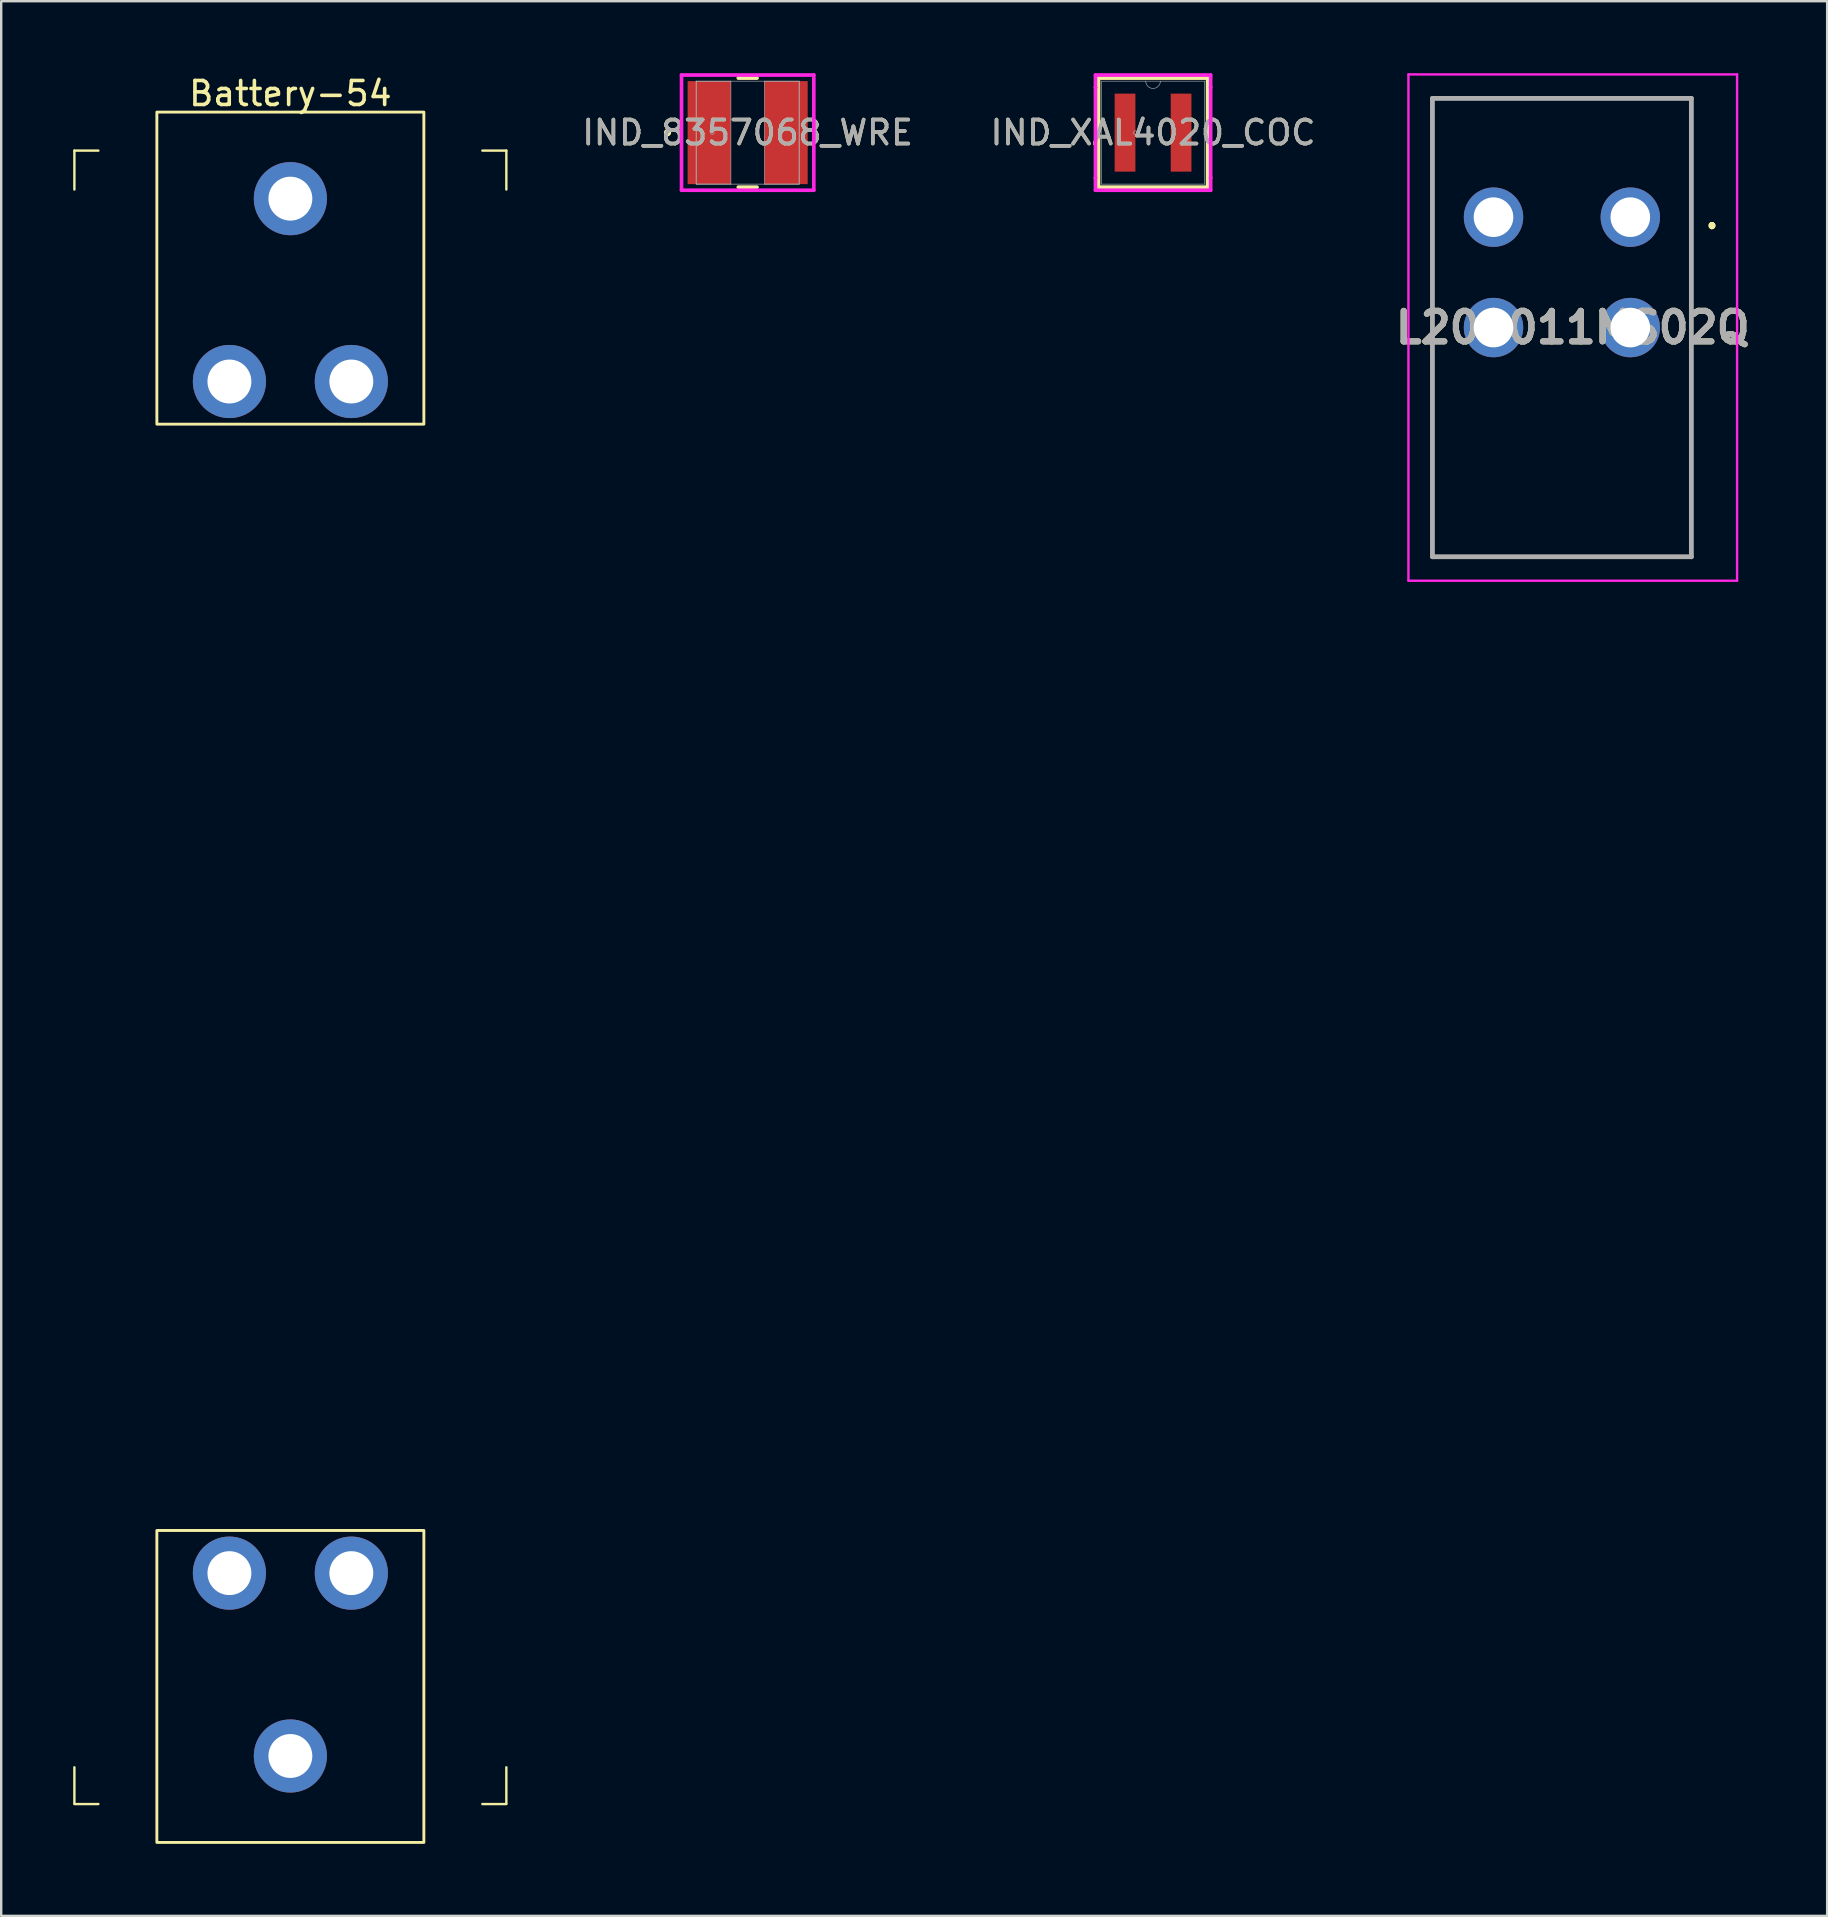
<source format=kicad_pcb>
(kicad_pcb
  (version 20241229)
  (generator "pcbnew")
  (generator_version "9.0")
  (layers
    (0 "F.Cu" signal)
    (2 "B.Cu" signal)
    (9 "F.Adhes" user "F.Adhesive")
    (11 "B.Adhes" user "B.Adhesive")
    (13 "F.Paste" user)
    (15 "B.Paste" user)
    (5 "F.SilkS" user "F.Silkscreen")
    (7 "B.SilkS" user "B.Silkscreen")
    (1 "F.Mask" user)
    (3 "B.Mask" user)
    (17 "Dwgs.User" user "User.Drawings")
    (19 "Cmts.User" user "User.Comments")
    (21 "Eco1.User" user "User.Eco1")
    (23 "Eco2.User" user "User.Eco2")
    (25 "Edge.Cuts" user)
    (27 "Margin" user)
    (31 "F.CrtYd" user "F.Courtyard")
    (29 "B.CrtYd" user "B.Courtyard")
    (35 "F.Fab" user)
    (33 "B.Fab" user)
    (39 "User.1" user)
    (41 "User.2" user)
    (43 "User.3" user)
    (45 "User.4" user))
  (footprint "IND_XAL4020_COC"
    (layer "F.Cu")
    (at 44.999 2.477)
    (property "Reference" "IND_XAL4020_COC" (at 0 0 0) (unlocked yes) (layer "F.SilkS") (effects (font (size 1 1) (thickness 0.15))))
    (attr smd)
    (fp_line (start -2.273 -2.273) (end -2.273 2.273) (stroke (width 0.152) (type solid)) (layer "F.SilkS"))
    (fp_line (start -2.273 2.273) (end 2.273 2.273) (stroke (width 0.152) (type solid)) (layer "F.SilkS"))
    (fp_line (start 2.273 -2.273) (end -2.273 -2.273) (stroke (width 0.152) (type solid)) (layer "F.SilkS"))
    (fp_line (start 2.273 2.273) (end 2.273 -2.273) (stroke (width 0.152) (type solid)) (layer "F.SilkS"))
    (fp_line (start -2.4 -2.4) (end 2.4 -2.4) (stroke (width 0.152) (type solid)) (layer "F.CrtYd"))
    (fp_line (start -2.4 -1.88) (end -2.4 -2.4) (stroke (width 0.152) (type solid)) (layer "F.CrtYd"))
    (fp_line (start -2.4 -1.88) (end -2.4 -1.88) (stroke (width 0.152) (type solid)) (layer "F.CrtYd"))
    (fp_line (start -2.4 1.88) (end -2.4 -1.88) (stroke (width 0.152) (type solid)) (layer "F.CrtYd"))
    (fp_line (start -2.4 1.88) (end -2.4 1.88) (stroke (width 0.152) (type solid)) (layer "F.CrtYd"))
    (fp_line (start -2.4 2.4) (end -2.4 1.88) (stroke (width 0.152) (type solid)) (layer "F.CrtYd"))
    (fp_line (start 2.4 -2.4) (end 2.4 -1.88) (stroke (width 0.152) (type solid)) (layer "F.CrtYd"))
    (fp_line (start 2.4 -1.88) (end 2.4 -1.88) (stroke (width 0.152) (type solid)) (layer "F.CrtYd"))
    (fp_line (start 2.4 -1.88) (end 2.4 1.88) (stroke (width 0.152) (type solid)) (layer "F.CrtYd"))
    (fp_line (start 2.4 1.88) (end 2.4 1.88) (stroke (width 0.152) (type solid)) (layer "F.CrtYd"))
    (fp_line (start 2.4 1.88) (end 2.4 2.4) (stroke (width 0.152) (type solid)) (layer "F.CrtYd"))
    (fp_line (start 2.4 2.4) (end -2.4 2.4) (stroke (width 0.152) (type solid)) (layer "F.CrtYd"))
    (fp_line (start -2.146 -2.146) (end -2.146 2.146) (stroke (width 0.025) (type solid)) (layer "F.Fab"))
    (fp_line (start -2.146 2.146) (end 2.146 2.146) (stroke (width 0.025) (type solid)) (layer "F.Fab"))
    (fp_line (start 2.146 -2.146) (end -2.146 -2.146) (stroke (width 0.025) (type solid)) (layer "F.Fab"))
    (fp_line (start 2.146 2.146) (end 2.146 -2.146) (stroke (width 0.025) (type solid)) (layer "F.Fab"))
    (fp_arc (start 0.3048 -2.1463) (mid 0 -1.8415) (end -0.3048 -2.1463) (stroke (width 0.0254) (type solid)) (layer "F.Fab"))
    (fp_circle (center -0.737 0) (end -0.66 0) (stroke (width 0.025) (type solid)) (fill no) (layer "F.Fab"))
    (fp_text user "${REFERENCE}" (at 0 0 0) (unlocked yes) (layer "F.Fab") (effects (font (size 1 1) (thickness 0.15))))
    (pad "1" smd rect (at -1.168 0) (size 0.864 3.251) (layers "F.Cu" "F.Mask" "F.Paste"))
    (pad "2" smd rect (at 1.168 0) (size 0.864 3.251) (layers "F.Cu" "F.Mask" "F.Paste")))
  (footprint "Battery-54"
    (layer "F.Cu")
    (at 9.05 12.848)
    (property "Reference" "Battery-54" (at 0 -12 0) (unlocked yes) (layer "F.SilkS") (effects (font (size 1 1) (thickness 0.15))))
    (attr through_hole)
    (fp_line (start -9 -9.622) (end -8 -9.622) (stroke (width 0.1) (type solid)) (layer "F.SilkS"))
    (fp_line (start -9 -8) (end -9 -9.622) (stroke (width 0.1) (type solid)) (layer "F.SilkS"))
    (fp_line (start -9 59.253) (end -9 57.747) (stroke (width 0.1) (type solid)) (layer "F.SilkS"))
    (fp_line (start -8 59.278) (end -9 59.278) (stroke (width 0.1) (type solid)) (layer "F.SilkS"))
    (fp_line (start 8 -9.622) (end 9 -9.622) (stroke (width 0.1) (type solid)) (layer "F.SilkS"))
    (fp_line (start 9 -9.622) (end 9 -8) (stroke (width 0.1) (type solid)) (layer "F.SilkS"))
    (fp_line (start 9 57.747) (end 9 59.253) (stroke (width 0.1) (type solid)) (layer "F.SilkS"))
    (fp_line (start 9 59.278) (end 8 59.278) (stroke (width 0.1) (type solid)) (layer "F.SilkS"))
    (fp_rect (start 5.563 -11.227) (end -5.563 1.778) (stroke (width 0.12) (type solid)) (fill no) (layer "F.SilkS"))
    (fp_rect (start 5.563 47.878) (end -5.563 60.878) (stroke (width 0.12) (type solid)) (fill no) (layer "F.SilkS"))
    (pad "1" thru_hole circle (at -2.54 0) (size 3.048 3.048) (drill 1.829) (layers "*.Cu" "*.Mask"))
    (pad "1" thru_hole circle (at 0 -7.62) (size 3.048 3.048) (drill 1.829) (layers "*.Cu" "*.Mask"))
    (pad "1" thru_hole circle (at 2.54 0) (size 3.048 3.048) (drill 1.829) (layers "*.Cu" "*.Mask"))
    (pad "2" thru_hole circle (at -2.54 49.656) (size 3.048 3.048) (drill 1.829) (layers "*.Cu" "*.Mask"))
    (pad "2" thru_hole circle (at 0 57.276) (size 3.048 3.048) (drill 1.829) (layers "*.Cu" "*.Mask"))
    (pad "2" thru_hole circle (at 2.54 49.656) (size 3.048 3.048) (drill 1.829) (layers "*.Cu" "*.Mask")))
  (footprint "IND_8357068_WRE"
    (layer "F.Cu")
    (at 28.106 2.477)
    (property "Reference" "IND_8357068_WRE" (at 0 0 0) (unlocked yes) (layer "F.SilkS") (effects (font (size 1 1) (thickness 0.15))))
    (attr smd)
    (fp_line (start -0.391 2.273) (end 0.391 2.273) (stroke (width 0.152) (type solid)) (layer "F.SilkS"))
    (fp_line (start 0.391 -2.273) (end -0.391 -2.273) (stroke (width 0.152) (type solid)) (layer "F.SilkS"))
    (fp_circle (center -3.34 0) (end -3.264 0) (stroke (width 0.152) (type solid)) (fill no) (layer "F.SilkS"))
    (fp_line (start -2.756 -2.4) (end 2.756 -2.4) (stroke (width 0.152) (type solid)) (layer "F.CrtYd"))
    (fp_line (start -2.756 2.4) (end -2.756 -2.4) (stroke (width 0.152) (type solid)) (layer "F.CrtYd"))
    (fp_line (start 2.756 -2.4) (end 2.756 2.4) (stroke (width 0.152) (type solid)) (layer "F.CrtYd"))
    (fp_line (start 2.756 2.4) (end -2.756 2.4) (stroke (width 0.152) (type solid)) (layer "F.CrtYd"))
    (fp_line (start -2.146 -2.146) (end -2.146 2.146) (stroke (width 0.025) (type solid)) (layer "F.Fab"))
    (fp_line (start -2.146 -2.146) (end -2.146 2.146) (stroke (width 0.025) (type solid)) (layer "F.Fab"))
    (fp_line (start -2.146 2.146) (end -0.699 2.146) (stroke (width 0.025) (type solid)) (layer "F.Fab"))
    (fp_line (start -2.146 2.146) (end 2.146 2.146) (stroke (width 0.025) (type solid)) (layer "F.Fab"))
    (fp_line (start -0.699 -2.146) (end -2.146 -2.146) (stroke (width 0.025) (type solid)) (layer "F.Fab"))
    (fp_line (start -0.699 2.146) (end -0.699 -2.146) (stroke (width 0.025) (type solid)) (layer "F.Fab"))
    (fp_line (start 0.699 -2.146) (end 0.699 2.146) (stroke (width 0.025) (type solid)) (layer "F.Fab"))
    (fp_line (start 0.699 2.146) (end 2.146 2.146) (stroke (width 0.025) (type solid)) (layer "F.Fab"))
    (fp_line (start 2.146 -2.146) (end -2.146 -2.146) (stroke (width 0.025) (type solid)) (layer "F.Fab"))
    (fp_line (start 2.146 -2.146) (end 0.699 -2.146) (stroke (width 0.025) (type solid)) (layer "F.Fab"))
    (fp_line (start 2.146 2.146) (end 2.146 -2.146) (stroke (width 0.025) (type solid)) (layer "F.Fab"))
    (fp_line (start 2.146 2.146) (end 2.146 -2.146) (stroke (width 0.025) (type solid)) (layer "F.Fab"))
    (fp_circle (center -1.473 0) (end -1.397 0) (stroke (width 0.025) (type solid)) (fill no) (layer "F.Fab"))
    (fp_text user "${REFERENCE}" (at 0 0 0) (unlocked yes) (layer "F.Fab") (effects (font (size 1 1) (thickness 0.15))))
    (pad "1" smd rect (at -1.6 0) (size 1.803 4.293) (layers "F.Cu" "F.Mask" "F.Paste"))
    (pad "2" smd rect (at 1.6 0) (size 1.803 4.293) (layers "F.Cu" "F.Mask" "F.Paste"))
    (zone (net_name "") (layer "F.Cu") (hatch full 0.508) (connect_pads) (min_thickness 0.254) (filled_areas_thickness no) (keepout (tracks not_allowed) (vias not_allowed) (pads allowed) (copperpour not_allowed) (footprints allowed)) (placement (enabled no)) (fill) (polygon (pts (xy 27.458 0.381) (xy 28.754 0.381) (xy 28.754 4.572) (xy 27.458 4.572)))))
  (footprint "L201011MS02Q"
    (layer "F.Cu")
    (at 64.886 6)
    (property "Reference" "L201011MS02Q" (at -2.398 4.6 0) (layer "F.SilkS") (effects (font (size 1.27 1.27) (thickness 0.254))))
    (attr through_hole)
    (fp_line (start -8.245 -4.95) (end 2.545 -4.95) (stroke (width 0.1) (type solid)) (layer "F.SilkS"))
    (fp_line (start -8.245 14.15) (end -8.245 -4.95) (stroke (width 0.1) (type solid)) (layer "F.SilkS"))
    (fp_line (start 2.545 -4.95) (end 2.545 14.15) (stroke (width 0.1) (type solid)) (layer "F.SilkS"))
    (fp_line (start 2.545 14.15) (end -8.245 14.15) (stroke (width 0.1) (type solid)) (layer "F.SilkS"))
    (fp_line (start 3.4 0.3) (end 3.4 0.3) (stroke (width 0.2) (type solid)) (layer "F.SilkS"))
    (fp_line (start 3.4 0.4) (end 3.4 0.4) (stroke (width 0.2) (type solid)) (layer "F.SilkS"))
    (fp_line (start 3.4 0.4) (end 3.4 0.4) (stroke (width 0.2) (type solid)) (layer "F.SilkS"))
    (fp_arc (start 3.4 0.3) (mid 3.45 0.35) (end 3.4 0.4) (stroke (width 0.2) (type solid)) (layer "F.SilkS"))
    (fp_arc (start 3.4 0.3) (mid 3.45 0.35) (end 3.4 0.4) (stroke (width 0.2) (type solid)) (layer "F.SilkS"))
    (fp_arc (start 3.4 0.4) (mid 3.35 0.35) (end 3.4 0.3) (stroke (width 0.2) (type solid)) (layer "F.SilkS"))
    (fp_line (start -9.245 -5.95) (end 4.45 -5.95) (stroke (width 0.1) (type solid)) (layer "F.CrtYd"))
    (fp_line (start -9.245 15.15) (end -9.245 -5.95) (stroke (width 0.1) (type solid)) (layer "F.CrtYd"))
    (fp_line (start 4.45 -5.95) (end 4.45 15.15) (stroke (width 0.1) (type solid)) (layer "F.CrtYd"))
    (fp_line (start 4.45 15.15) (end -9.245 15.15) (stroke (width 0.1) (type solid)) (layer "F.CrtYd"))
    (fp_line (start -8.245 -4.95) (end -8.245 14.15) (stroke (width 0.2) (type solid)) (layer "F.Fab"))
    (fp_line (start -8.245 14.15) (end 2.545 14.15) (stroke (width 0.2) (type solid)) (layer "F.Fab"))
    (fp_line (start 2.545 -4.95) (end -8.245 -4.95) (stroke (width 0.2) (type solid)) (layer "F.Fab"))
    (fp_line (start 2.545 14.15) (end 2.545 -4.95) (stroke (width 0.2) (type solid)) (layer "F.Fab"))
    (fp_text user "${REFERENCE}" (at -2.398 4.6 0) (layer "F.Fab") (effects (font (size 1.27 1.27) (thickness 0.254))))
    (pad "1" thru_hole circle (at 0 0) (size 2.475 2.475) (drill 1.65) (layers "*.Cu" "*.Mask"))
    (pad "2" thru_hole circle (at 0 4.6) (size 2.475 2.475) (drill 1.65) (layers "*.Cu" "*.Mask"))
    (pad "4" thru_hole circle (at -5.7 0) (size 2.475 2.475) (drill 1.65) (layers "*.Cu" "*.Mask"))
    (pad "5" thru_hole circle (at -5.7 4.6) (size 2.475 2.475) (drill 1.65) (layers "*.Cu" "*.Mask")))
  (gr_rect
    (start -3 -3)
    (end 73.089 76.786)
    (stroke (width 0.1) (type default))
    (fill no)
    (layer "Edge.Cuts")))
</source>
